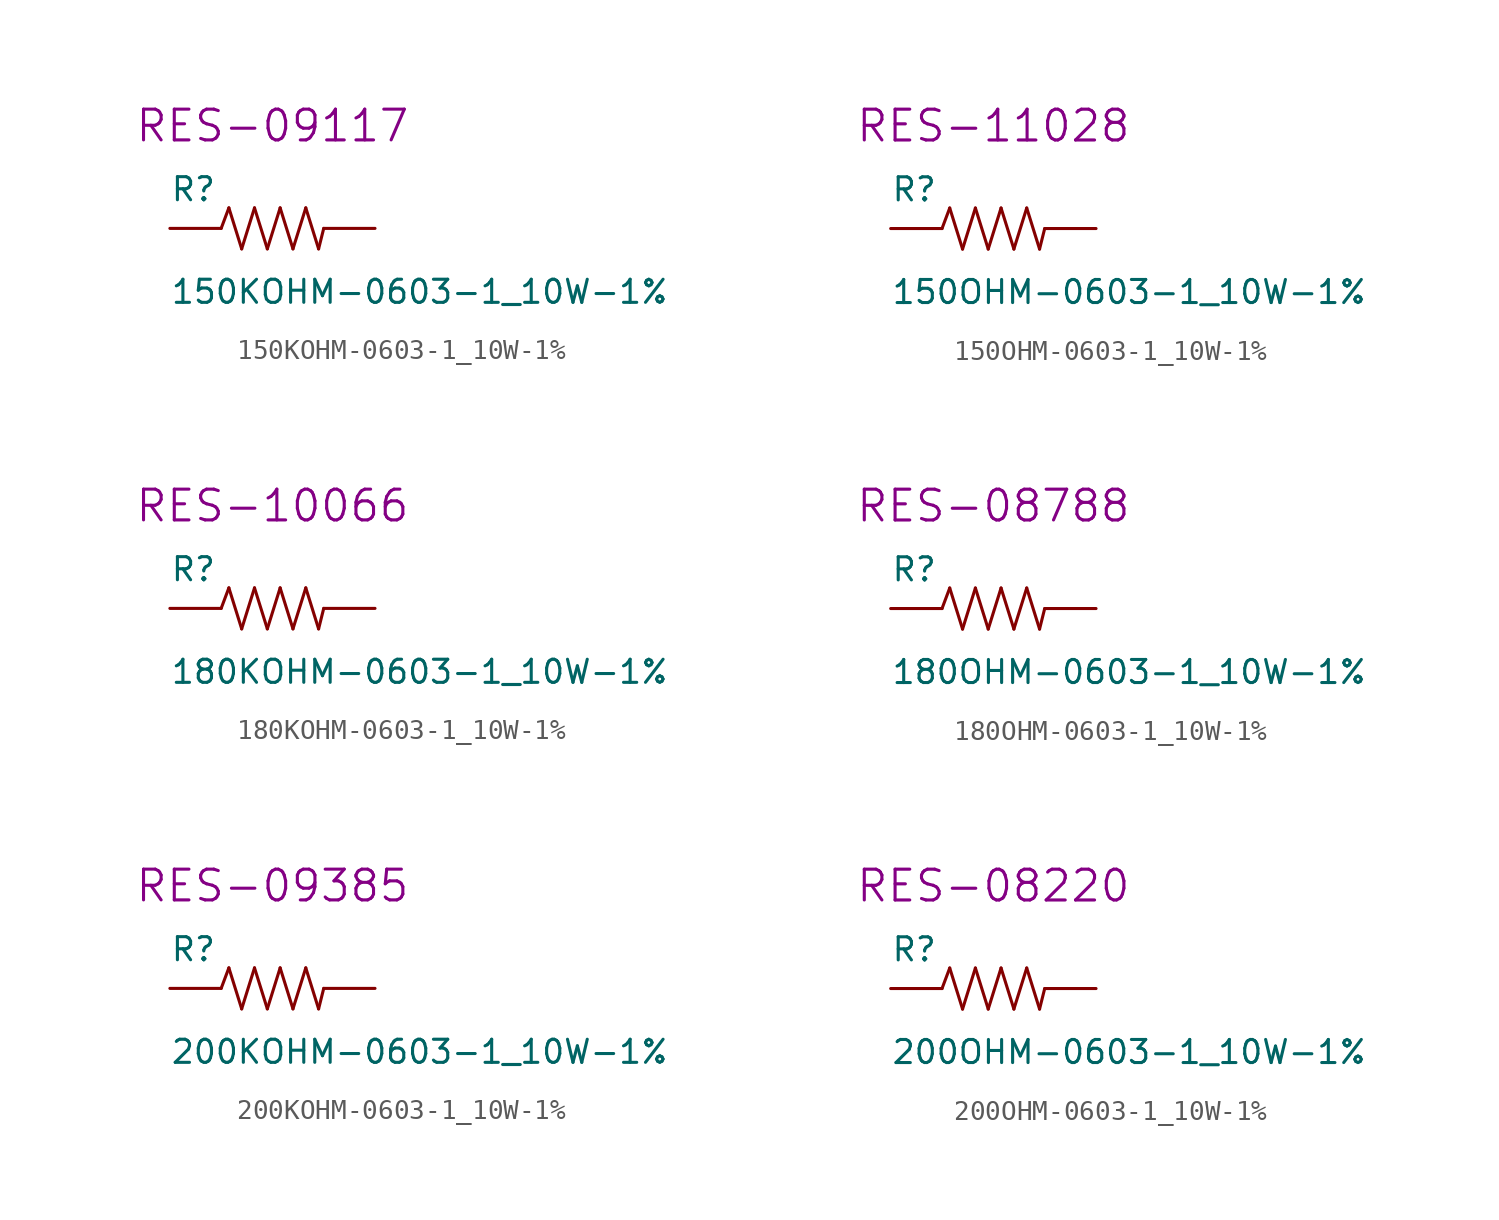
<source format=kicad_sym>
(kicad_symbol_lib
  (version 20211014)
  (generator kicad_symbol_editor)
  (symbol "150KOHM-0603-1_10W-1%"
    (pin_numbers hide)
    (pin_names
      (offset 1.016) hide)
    (property "Reference" "R"
      (at -5.08 1.27 0)
      (effects (font (size 1.143 1.143)) (justify left bottom)))
    (property "Value" "150KOHM-0603-1_10W-1%"
      (at -5.08 -3.81 0)
      (effects (font (size 1.143 1.143)) (justify left bottom)))
    (property "Field4" "RES-09117"
      (at 0 5.08 0)
      (effects (font (size 1.524 1.524))))
    (property "ki_locked" ""
      (at 0 0 0)
      (effects (font (size 1.27 1.27))))
    (symbol "150KOHM-0603-1_10W-1%_1_0"
      (polyline (pts (xy -2.54 0) (xy -2.159 1.016)) (stroke (width 0) (type default) (color 0 0 0 0)) (fill (type none)))
      (polyline (pts (xy -2.159 1.016) (xy -1.524 -1.016)) (stroke (width 0) (type default) (color 0 0 0 0)) (fill (type none)))
      (polyline (pts (xy -1.524 -1.016) (xy -0.889 1.016)) (stroke (width 0) (type default) (color 0 0 0 0)) (fill (type none)))
      (polyline (pts (xy -0.889 1.016) (xy -0.254 -1.016)) (stroke (width 0) (type default) (color 0 0 0 0)) (fill (type none)))
      (polyline (pts (xy -0.254 -1.016) (xy 0.381 1.016)) (stroke (width 0) (type default) (color 0 0 0 0)) (fill (type none)))
      (polyline (pts (xy 0.381 1.016) (xy 1.016 -1.016)) (stroke (width 0) (type default) (color 0 0 0 0)) (fill (type none)))
      (polyline (pts (xy 1.016 -1.016) (xy 1.651 1.016)) (stroke (width 0) (type default) (color 0 0 0 0)) (fill (type none)))
      (polyline (pts (xy 1.651 1.016) (xy 2.286 -1.016)) (stroke (width 0) (type default) (color 0 0 0 0)) (fill (type none)))
      (polyline (pts (xy 2.286 -1.016) (xy 2.54 0)) (stroke (width 0) (type default) (color 0 0 0 0)) (fill (type none))))
    (symbol "150KOHM-0603-1_10W-1%_1_1"
      (pin passive line (at -5.08 0 0) (length 2.54) (name "1" (effects (font (size 1.016 1.016)))) (number "1" (effects (font (size 1.016 1.016)))))
      (pin passive line (at 5.08 0 180) (length 2.54) (name "2" (effects (font (size 1.016 1.016)))) (number "2" (effects (font (size 1.016 1.016)))))))
  (symbol "150OHM-0603-1_10W-1%"
    (pin_numbers hide)
    (pin_names
      (offset 1.016) hide)
    (property "Reference" "R"
      (at -5.08 1.27 0)
      (effects (font (size 1.143 1.143)) (justify left bottom)))
    (property "Value" "150OHM-0603-1_10W-1%"
      (at -5.08 -3.81 0)
      (effects (font (size 1.143 1.143)) (justify left bottom)))
    (property "Field4" "RES-11028"
      (at 0 5.08 0)
      (effects (font (size 1.524 1.524))))
    (property "ki_locked" ""
      (at 0 0 0)
      (effects (font (size 1.27 1.27))))
    (symbol "150OHM-0603-1_10W-1%_1_0"
      (polyline (pts (xy -2.54 0) (xy -2.159 1.016)) (stroke (width 0) (type default) (color 0 0 0 0)) (fill (type none)))
      (polyline (pts (xy -2.159 1.016) (xy -1.524 -1.016)) (stroke (width 0) (type default) (color 0 0 0 0)) (fill (type none)))
      (polyline (pts (xy -1.524 -1.016) (xy -0.889 1.016)) (stroke (width 0) (type default) (color 0 0 0 0)) (fill (type none)))
      (polyline (pts (xy -0.889 1.016) (xy -0.254 -1.016)) (stroke (width 0) (type default) (color 0 0 0 0)) (fill (type none)))
      (polyline (pts (xy -0.254 -1.016) (xy 0.381 1.016)) (stroke (width 0) (type default) (color 0 0 0 0)) (fill (type none)))
      (polyline (pts (xy 0.381 1.016) (xy 1.016 -1.016)) (stroke (width 0) (type default) (color 0 0 0 0)) (fill (type none)))
      (polyline (pts (xy 1.016 -1.016) (xy 1.651 1.016)) (stroke (width 0) (type default) (color 0 0 0 0)) (fill (type none)))
      (polyline (pts (xy 1.651 1.016) (xy 2.286 -1.016)) (stroke (width 0) (type default) (color 0 0 0 0)) (fill (type none)))
      (polyline (pts (xy 2.286 -1.016) (xy 2.54 0)) (stroke (width 0) (type default) (color 0 0 0 0)) (fill (type none))))
    (symbol "150OHM-0603-1_10W-1%_1_1"
      (pin passive line (at -5.08 0 0) (length 2.54) (name "1" (effects (font (size 1.016 1.016)))) (number "1" (effects (font (size 1.016 1.016)))))
      (pin passive line (at 5.08 0 180) (length 2.54) (name "2" (effects (font (size 1.016 1.016)))) (number "2" (effects (font (size 1.016 1.016)))))))
  (symbol "180KOHM-0603-1_10W-1%"
    (pin_numbers hide)
    (pin_names
      (offset 1.016) hide)
    (property "Reference" "R"
      (at -5.08 1.27 0)
      (effects (font (size 1.143 1.143)) (justify left bottom)))
    (property "Value" "180KOHM-0603-1_10W-1%"
      (at -5.08 -3.81 0)
      (effects (font (size 1.143 1.143)) (justify left bottom)))
    (property "Field4" "RES-10066"
      (at 0 5.08 0)
      (effects (font (size 1.524 1.524))))
    (property "ki_locked" ""
      (at 0 0 0)
      (effects (font (size 1.27 1.27))))
    (symbol "180KOHM-0603-1_10W-1%_1_0"
      (polyline (pts (xy -2.54 0) (xy -2.159 1.016)) (stroke (width 0) (type default) (color 0 0 0 0)) (fill (type none)))
      (polyline (pts (xy -2.159 1.016) (xy -1.524 -1.016)) (stroke (width 0) (type default) (color 0 0 0 0)) (fill (type none)))
      (polyline (pts (xy -1.524 -1.016) (xy -0.889 1.016)) (stroke (width 0) (type default) (color 0 0 0 0)) (fill (type none)))
      (polyline (pts (xy -0.889 1.016) (xy -0.254 -1.016)) (stroke (width 0) (type default) (color 0 0 0 0)) (fill (type none)))
      (polyline (pts (xy -0.254 -1.016) (xy 0.381 1.016)) (stroke (width 0) (type default) (color 0 0 0 0)) (fill (type none)))
      (polyline (pts (xy 0.381 1.016) (xy 1.016 -1.016)) (stroke (width 0) (type default) (color 0 0 0 0)) (fill (type none)))
      (polyline (pts (xy 1.016 -1.016) (xy 1.651 1.016)) (stroke (width 0) (type default) (color 0 0 0 0)) (fill (type none)))
      (polyline (pts (xy 1.651 1.016) (xy 2.286 -1.016)) (stroke (width 0) (type default) (color 0 0 0 0)) (fill (type none)))
      (polyline (pts (xy 2.286 -1.016) (xy 2.54 0)) (stroke (width 0) (type default) (color 0 0 0 0)) (fill (type none))))
    (symbol "180KOHM-0603-1_10W-1%_1_1"
      (pin passive line (at -5.08 0 0) (length 2.54) (name "1" (effects (font (size 1.016 1.016)))) (number "1" (effects (font (size 1.016 1.016)))))
      (pin passive line (at 5.08 0 180) (length 2.54) (name "2" (effects (font (size 1.016 1.016)))) (number "2" (effects (font (size 1.016 1.016)))))))
  (symbol "180OHM-0603-1_10W-1%"
    (pin_numbers hide)
    (pin_names
      (offset 1.016) hide)
    (property "Reference" "R"
      (at -5.08 1.27 0)
      (effects (font (size 1.143 1.143)) (justify left bottom)))
    (property "Value" "180OHM-0603-1_10W-1%"
      (at -5.08 -3.81 0)
      (effects (font (size 1.143 1.143)) (justify left bottom)))
    (property "Field4" "RES-08788"
      (at 0 5.08 0)
      (effects (font (size 1.524 1.524))))
    (property "ki_locked" ""
      (at 0 0 0)
      (effects (font (size 1.27 1.27))))
    (symbol "180OHM-0603-1_10W-1%_1_0"
      (polyline (pts (xy -2.54 0) (xy -2.159 1.016)) (stroke (width 0) (type default) (color 0 0 0 0)) (fill (type none)))
      (polyline (pts (xy -2.159 1.016) (xy -1.524 -1.016)) (stroke (width 0) (type default) (color 0 0 0 0)) (fill (type none)))
      (polyline (pts (xy -1.524 -1.016) (xy -0.889 1.016)) (stroke (width 0) (type default) (color 0 0 0 0)) (fill (type none)))
      (polyline (pts (xy -0.889 1.016) (xy -0.254 -1.016)) (stroke (width 0) (type default) (color 0 0 0 0)) (fill (type none)))
      (polyline (pts (xy -0.254 -1.016) (xy 0.381 1.016)) (stroke (width 0) (type default) (color 0 0 0 0)) (fill (type none)))
      (polyline (pts (xy 0.381 1.016) (xy 1.016 -1.016)) (stroke (width 0) (type default) (color 0 0 0 0)) (fill (type none)))
      (polyline (pts (xy 1.016 -1.016) (xy 1.651 1.016)) (stroke (width 0) (type default) (color 0 0 0 0)) (fill (type none)))
      (polyline (pts (xy 1.651 1.016) (xy 2.286 -1.016)) (stroke (width 0) (type default) (color 0 0 0 0)) (fill (type none)))
      (polyline (pts (xy 2.286 -1.016) (xy 2.54 0)) (stroke (width 0) (type default) (color 0 0 0 0)) (fill (type none))))
    (symbol "180OHM-0603-1_10W-1%_1_1"
      (pin passive line (at -5.08 0 0) (length 2.54) (name "1" (effects (font (size 1.016 1.016)))) (number "1" (effects (font (size 1.016 1.016)))))
      (pin passive line (at 5.08 0 180) (length 2.54) (name "2" (effects (font (size 1.016 1.016)))) (number "2" (effects (font (size 1.016 1.016)))))))
  (symbol "200KOHM-0603-1_10W-1%"
    (pin_numbers hide)
    (pin_names
      (offset 1.016) hide)
    (property "Reference" "R"
      (at -5.08 1.27 0)
      (effects (font (size 1.143 1.143)) (justify left bottom)))
    (property "Value" "200KOHM-0603-1_10W-1%"
      (at -5.08 -3.81 0)
      (effects (font (size 1.143 1.143)) (justify left bottom)))
    (property "Field4" "RES-09385"
      (at 0 5.08 0)
      (effects (font (size 1.524 1.524))))
    (property "ki_locked" ""
      (at 0 0 0)
      (effects (font (size 1.27 1.27))))
    (symbol "200KOHM-0603-1_10W-1%_1_0"
      (polyline (pts (xy -2.54 0) (xy -2.159 1.016)) (stroke (width 0) (type default) (color 0 0 0 0)) (fill (type none)))
      (polyline (pts (xy -2.159 1.016) (xy -1.524 -1.016)) (stroke (width 0) (type default) (color 0 0 0 0)) (fill (type none)))
      (polyline (pts (xy -1.524 -1.016) (xy -0.889 1.016)) (stroke (width 0) (type default) (color 0 0 0 0)) (fill (type none)))
      (polyline (pts (xy -0.889 1.016) (xy -0.254 -1.016)) (stroke (width 0) (type default) (color 0 0 0 0)) (fill (type none)))
      (polyline (pts (xy -0.254 -1.016) (xy 0.381 1.016)) (stroke (width 0) (type default) (color 0 0 0 0)) (fill (type none)))
      (polyline (pts (xy 0.381 1.016) (xy 1.016 -1.016)) (stroke (width 0) (type default) (color 0 0 0 0)) (fill (type none)))
      (polyline (pts (xy 1.016 -1.016) (xy 1.651 1.016)) (stroke (width 0) (type default) (color 0 0 0 0)) (fill (type none)))
      (polyline (pts (xy 1.651 1.016) (xy 2.286 -1.016)) (stroke (width 0) (type default) (color 0 0 0 0)) (fill (type none)))
      (polyline (pts (xy 2.286 -1.016) (xy 2.54 0)) (stroke (width 0) (type default) (color 0 0 0 0)) (fill (type none))))
    (symbol "200KOHM-0603-1_10W-1%_1_1"
      (pin passive line (at -5.08 0 0) (length 2.54) (name "1" (effects (font (size 1.016 1.016)))) (number "1" (effects (font (size 1.016 1.016)))))
      (pin passive line (at 5.08 0 180) (length 2.54) (name "2" (effects (font (size 1.016 1.016)))) (number "2" (effects (font (size 1.016 1.016)))))))
  (symbol "200OHM-0603-1_10W-1%"
    (pin_numbers hide)
    (pin_names
      (offset 1.016) hide)
    (property "Reference" "R"
      (at -5.08 1.27 0)
      (effects (font (size 1.143 1.143)) (justify left bottom)))
    (property "Value" "200OHM-0603-1_10W-1%"
      (at -5.08 -3.81 0)
      (effects (font (size 1.143 1.143)) (justify left bottom)))
    (property "Field4" "RES-08220"
      (at 0 5.08 0)
      (effects (font (size 1.524 1.524))))
    (property "ki_locked" ""
      (at 0 0 0)
      (effects (font (size 1.27 1.27))))
    (symbol "200OHM-0603-1_10W-1%_1_0"
      (polyline (pts (xy -2.54 0) (xy -2.159 1.016)) (stroke (width 0) (type default) (color 0 0 0 0)) (fill (type none)))
      (polyline (pts (xy -2.159 1.016) (xy -1.524 -1.016)) (stroke (width 0) (type default) (color 0 0 0 0)) (fill (type none)))
      (polyline (pts (xy -1.524 -1.016) (xy -0.889 1.016)) (stroke (width 0) (type default) (color 0 0 0 0)) (fill (type none)))
      (polyline (pts (xy -0.889 1.016) (xy -0.254 -1.016)) (stroke (width 0) (type default) (color 0 0 0 0)) (fill (type none)))
      (polyline (pts (xy -0.254 -1.016) (xy 0.381 1.016)) (stroke (width 0) (type default) (color 0 0 0 0)) (fill (type none)))
      (polyline (pts (xy 0.381 1.016) (xy 1.016 -1.016)) (stroke (width 0) (type default) (color 0 0 0 0)) (fill (type none)))
      (polyline (pts (xy 1.016 -1.016) (xy 1.651 1.016)) (stroke (width 0) (type default) (color 0 0 0 0)) (fill (type none)))
      (polyline (pts (xy 1.651 1.016) (xy 2.286 -1.016)) (stroke (width 0) (type default) (color 0 0 0 0)) (fill (type none)))
      (polyline (pts (xy 2.286 -1.016) (xy 2.54 0)) (stroke (width 0) (type default) (color 0 0 0 0)) (fill (type none))))
    (symbol "200OHM-0603-1_10W-1%_1_1"
      (pin passive line (at -5.08 0 0) (length 2.54) (name "1" (effects (font (size 1.016 1.016)))) (number "1" (effects (font (size 1.016 1.016)))))
      (pin passive line (at 5.08 0 180) (length 2.54) (name "2" (effects (font (size 1.016 1.016)))) (number "2" (effects (font (size 1.016 1.016))))))))
</source>
